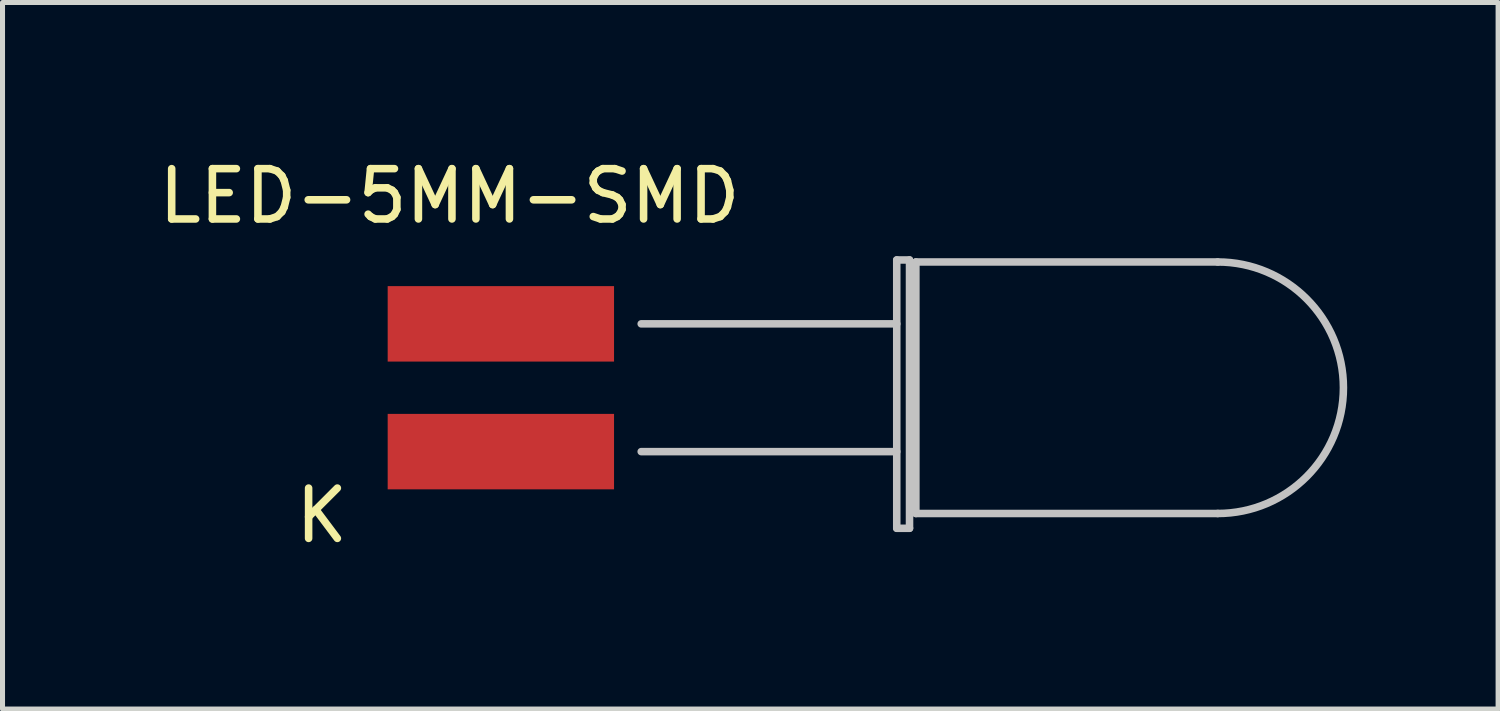
<source format=kicad_pcb>
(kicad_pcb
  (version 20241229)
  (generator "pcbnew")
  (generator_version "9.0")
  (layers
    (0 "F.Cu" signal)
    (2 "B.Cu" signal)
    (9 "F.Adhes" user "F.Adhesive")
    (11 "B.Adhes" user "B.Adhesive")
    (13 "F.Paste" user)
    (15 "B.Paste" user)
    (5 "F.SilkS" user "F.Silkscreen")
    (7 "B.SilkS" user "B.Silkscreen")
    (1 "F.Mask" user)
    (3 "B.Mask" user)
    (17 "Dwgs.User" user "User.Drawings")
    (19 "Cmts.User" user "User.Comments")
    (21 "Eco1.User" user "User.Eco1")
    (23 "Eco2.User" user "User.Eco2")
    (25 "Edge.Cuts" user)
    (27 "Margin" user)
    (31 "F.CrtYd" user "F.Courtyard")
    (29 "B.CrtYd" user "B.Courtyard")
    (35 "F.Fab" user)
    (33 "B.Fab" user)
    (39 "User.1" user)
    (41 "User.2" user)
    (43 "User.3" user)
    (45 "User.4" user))
  (footprint "LED-5MM-SMD"
    (layer "F.Cu")
    (at 7.157 4.658)
    (property "Reference" "LED-5MM-SMD" (at -1.27 -3.81 0) (layer "F.SilkS") (effects (font (size 1 1) (thickness 0.15))))
    (attr through_hole)
    (fp_line (start 2.54 -1.27) (end 7.62 -1.27) (stroke (width 0.15) (type solid)) (layer "Dwgs.User"))
    (fp_line (start 2.54 1.27) (end 7.62 1.27) (stroke (width 0.15) (type solid)) (layer "Dwgs.User"))
    (fp_line (start 7.62 -2.54) (end 7.62 2.794) (stroke (width 0.15) (type solid)) (layer "Dwgs.User"))
    (fp_line (start 7.62 2.794) (end 7.874 2.794) (stroke (width 0.15) (type solid)) (layer "Dwgs.User"))
    (fp_line (start 7.874 -2.54) (end 7.62 -2.54) (stroke (width 0.15) (type solid)) (layer "Dwgs.User"))
    (fp_line (start 7.874 2.794) (end 7.874 -2.54) (stroke (width 0.15) (type solid)) (layer "Dwgs.User"))
    (fp_line (start 8 -2.5) (end 14 -2.5) (stroke (width 0.15) (type solid)) (layer "Dwgs.User"))
    (fp_line (start 8 2.5) (end 8 -2.5) (stroke (width 0.15) (type solid)) (layer "Dwgs.User"))
    (fp_line (start 8 2.5) (end 14 2.5) (stroke (width 0.15) (type solid)) (layer "Dwgs.User"))
    (fp_arc (start 14 -2.5) (mid 16.5 0) (end 14 2.5) (stroke (width 0.15) (type solid)) (layer "Dwgs.User"))
    (fp_text user "K" (at -3.81 2.54 0) (layer "F.SilkS") (effects (font (size 1 1) (thickness 0.15))))
    (pad "1" smd rect (at -0.25 -1.27) (size 4.5 1.5) (layers "F.Cu" "F.Mask" "F.Paste"))
    (pad "2" smd rect (at -0.25 1.27) (size 4.5 1.5) (layers "F.Cu" "F.Mask" "F.Paste")))
  (gr_rect
    (start -3 -3)
    (end 26.732 11.046)
    (stroke (width 0.1) (type default))
    (fill no)
    (layer "Edge.Cuts")))
</source>
